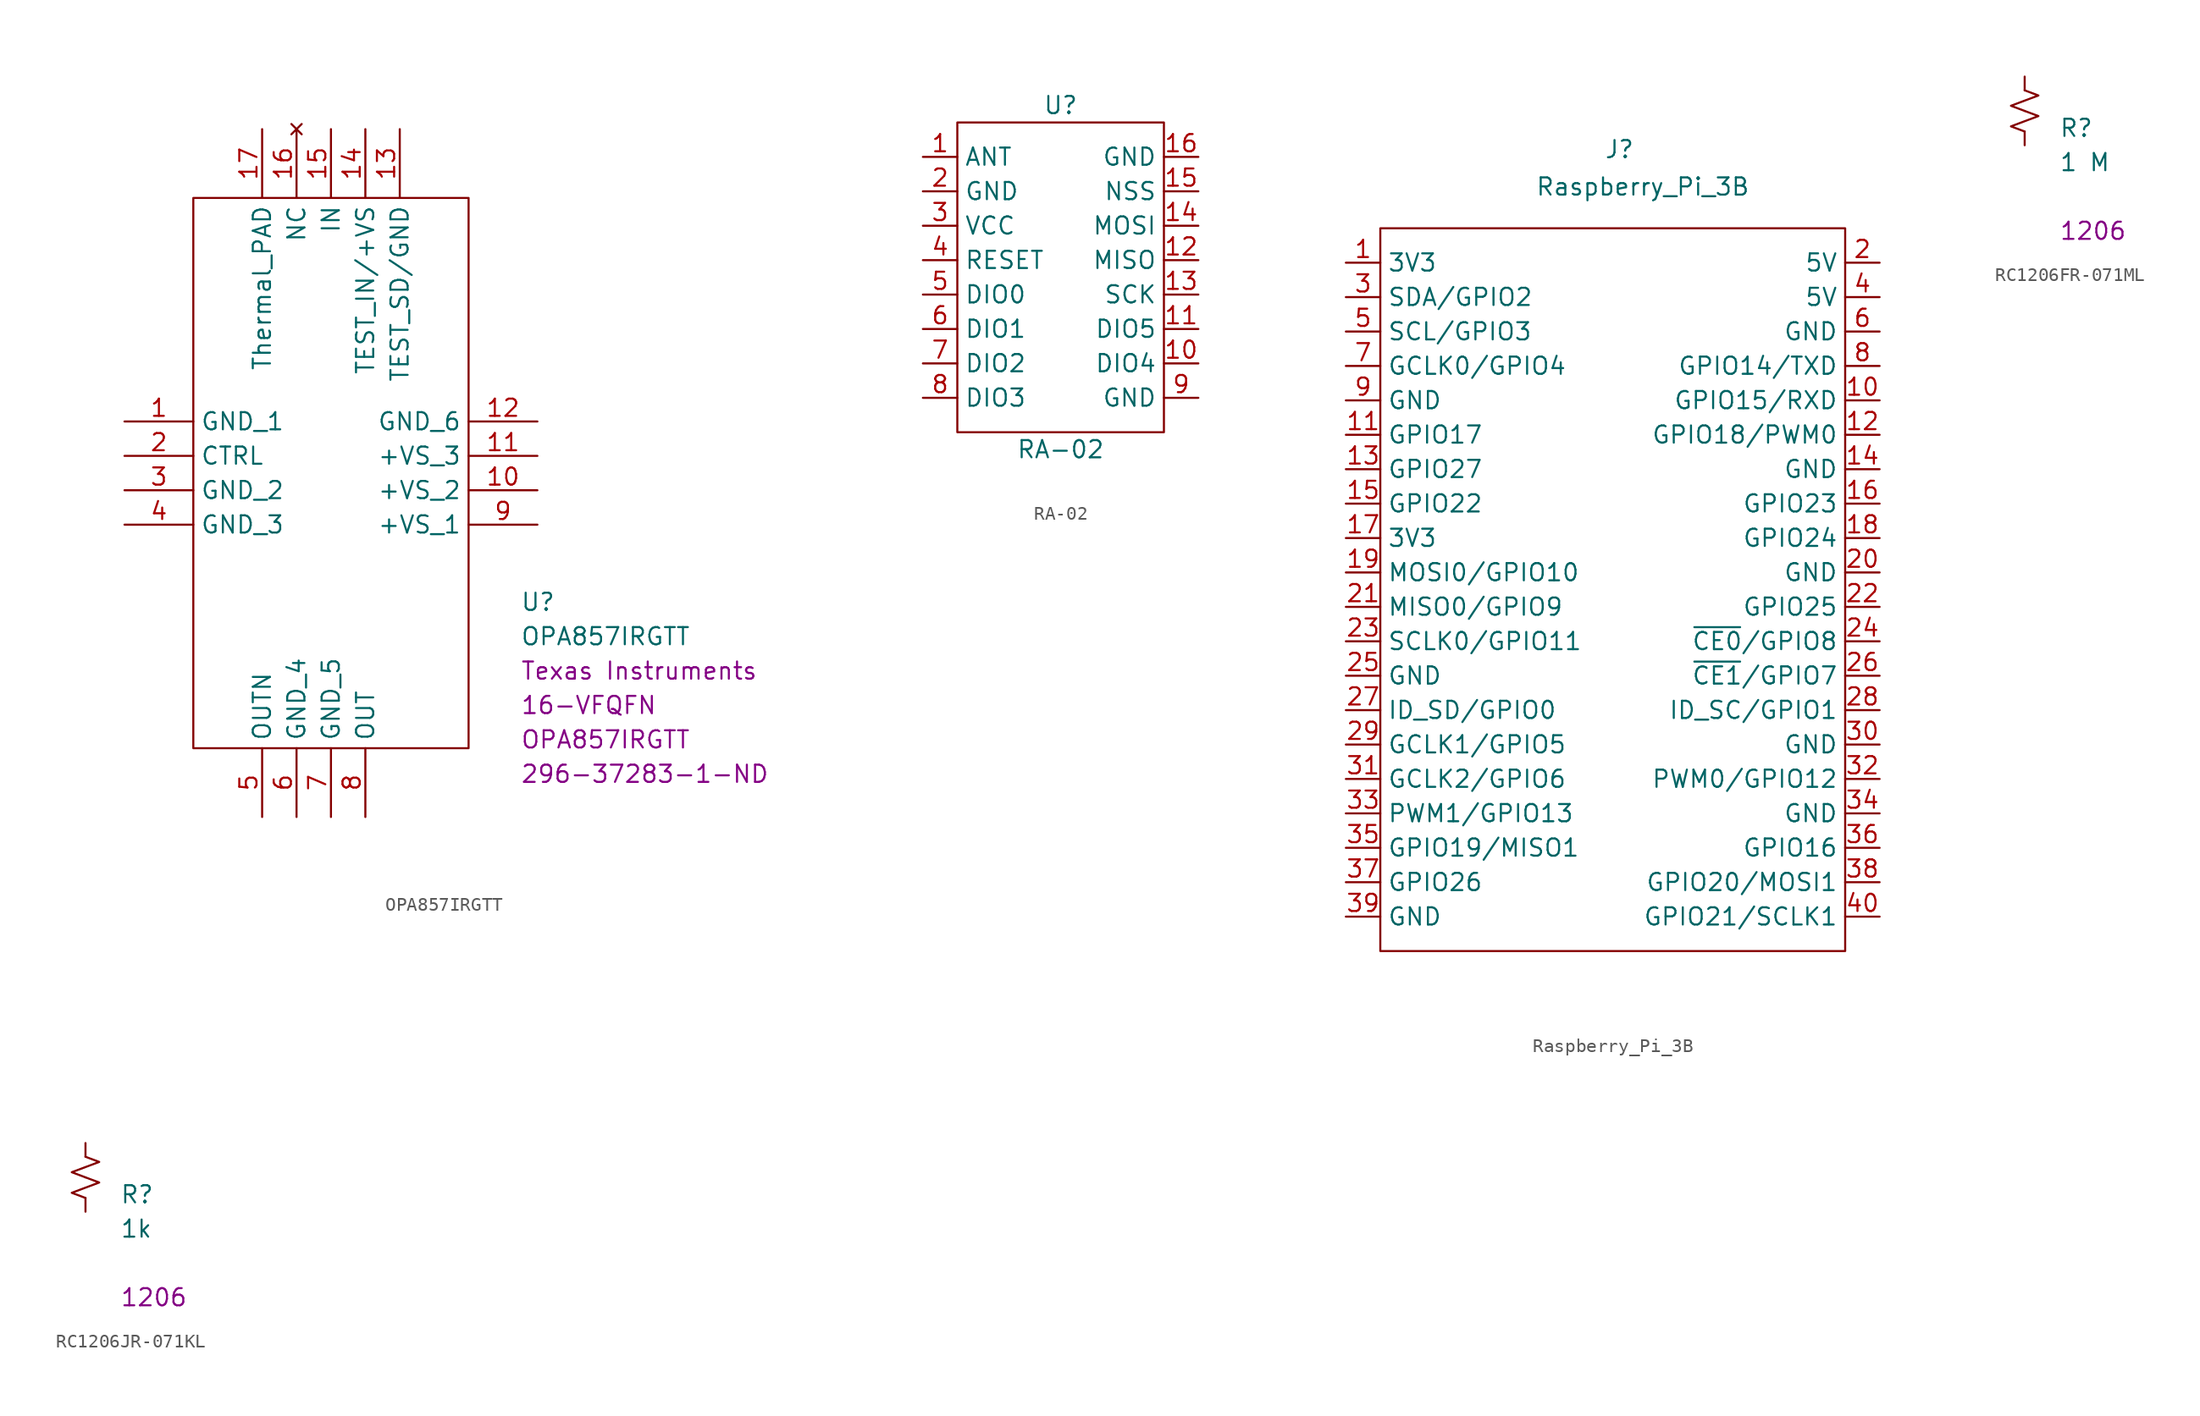
<source format=kicad_sym>
(kicad_symbol_lib
  (version 20220914)
  (generator kicad_symbol_editor)
  (symbol "OPA857IRGTT"
    (property "Reference" "U"
      (at 13.97 -9.525 0)
      (effects (font (size 1.27 1.27)) (justify left)))
    (property "Value" "OPA857IRGTT"
      (at 13.97 -12.065 0)
      (effects (font (size 1.27 1.27)) (justify left)))
    (property "Chip Set" "16-VFQFN"
      (at 13.97 -17.145 0)
      (effects (font (size 1.27 1.27)) (justify left)))
    (property "Manufacturer" "Texas Instruments"
      (at 13.97 -14.605 0)
      (effects (font (size 1.27 1.27)) (justify left)))
    (property "MPN" "OPA857IRGTT"
      (at 13.97 -19.685 0)
      (effects (font (size 1.27 1.27)) (justify left)))
    (property "Digi-Key_PN" "296-37283-1-ND"
      (at 13.97 -22.225 0)
      (effects (font (size 1.27 1.27)) (justify left)))
    (symbol "OPA857IRGTT_1_1"
      (polyline (pts (xy -10.16 20.32) (xy 10.16 20.32) (xy 10.16 -20.32) (xy -10.16 -20.32) (xy -10.16 20.32)) (stroke (width 0.152) (type default)) (fill (type none)))
      (pin power_in line (at -15.24 3.81 0) (length 5.08) (name "GND_1" (effects (font (size 1.27 1.27)))) (number "1" (effects (font (size 1.27 1.27)))))
      (pin unspecified line (at 15.24 -1.27 180) (length 5.08) (name "+VS_2" (effects (font (size 1.27 1.27)))) (number "10" (effects (font (size 1.27 1.27)))))
      (pin unspecified line (at 15.24 1.27 180) (length 5.08) (name "+VS_3" (effects (font (size 1.27 1.27)))) (number "11" (effects (font (size 1.27 1.27)))))
      (pin power_in line (at 15.24 3.81 180) (length 5.08) (name "GND_6" (effects (font (size 1.27 1.27)))) (number "12" (effects (font (size 1.27 1.27)))))
      (pin power_in line (at 5.08 25.4 270) (length 5.08) (name "TEST_SD/GND" (effects (font (size 1.27 1.27)))) (number "13" (effects (font (size 1.27 1.27)))))
      (pin input line (at 2.54 25.4 270) (length 5.08) (name "TEST_IN/+VS" (effects (font (size 1.27 1.27)))) (number "14" (effects (font (size 1.27 1.27)))))
      (pin input line (at 0 25.4 270) (length 5.08) (name "IN" (effects (font (size 1.27 1.27)))) (number "15" (effects (font (size 1.27 1.27)))))
      (pin no_connect line (at -2.54 25.4 270) (length 5.08) (name "NC" (effects (font (size 1.27 1.27)))) (number "16" (effects (font (size 1.27 1.27)))))
      (pin unspecified line (at -5.08 25.4 270) (length 5.08) (name "Thermal_PAD" (effects (font (size 1.27 1.27)))) (number "17" (effects (font (size 1.27 1.27)))))
      (pin unspecified line (at -15.24 1.27 0) (length 5.08) (name "CTRL" (effects (font (size 1.27 1.27)))) (number "2" (effects (font (size 1.27 1.27)))))
      (pin power_in line (at -15.24 -1.27 0) (length 5.08) (name "GND_2" (effects (font (size 1.27 1.27)))) (number "3" (effects (font (size 1.27 1.27)))))
      (pin power_in line (at -15.24 -3.81 0) (length 5.08) (name "GND_3" (effects (font (size 1.27 1.27)))) (number "4" (effects (font (size 1.27 1.27)))))
      (pin output line (at -5.08 -25.4 90) (length 5.08) (name "OUTN" (effects (font (size 1.27 1.27)))) (number "5" (effects (font (size 1.27 1.27)))))
      (pin power_in line (at -2.54 -25.4 90) (length 5.08) (name "GND_4" (effects (font (size 1.27 1.27)))) (number "6" (effects (font (size 1.27 1.27)))))
      (pin power_in line (at 0 -25.4 90) (length 5.08) (name "GND_5" (effects (font (size 1.27 1.27)))) (number "7" (effects (font (size 1.27 1.27)))))
      (pin output line (at 2.54 -25.4 90) (length 5.08) (name "OUT" (effects (font (size 1.27 1.27)))) (number "8" (effects (font (size 1.27 1.27)))))
      (pin unspecified line (at 15.24 -3.81 180) (length 5.08) (name "+VS_1" (effects (font (size 1.27 1.27)))) (number "9" (effects (font (size 1.27 1.27)))))))
  (symbol "RA-02"
    (property "Reference" "U"
      (at 0 12.7 0)
      (effects (font (size 1.27 1.27))))
    (property "Value" "RA-02"
      (at 0 -12.7 0)
      (effects (font (size 1.27 1.27))))
    (symbol "RA-02_0_1"
      (rectangle (start -7.62 11.43) (end 7.62 -11.43) (stroke (width 0) (type default)) (fill (type none))))
    (symbol "RA-02_1_1"
      (pin passive line (at -10.16 8.89 0) (length 2.54) (name "ANT" (effects (font (size 1.27 1.27)))) (number "1" (effects (font (size 1.27 1.27)))))
      (pin bidirectional line (at 10.16 -6.35 180) (length 2.54) (name "DIO4" (effects (font (size 1.27 1.27)))) (number "10" (effects (font (size 1.27 1.27)))))
      (pin bidirectional line (at 10.16 -3.81 180) (length 2.54) (name "DIO5" (effects (font (size 1.27 1.27)))) (number "11" (effects (font (size 1.27 1.27)))))
      (pin bidirectional line (at 10.16 1.27 180) (length 2.54) (name "MISO" (effects (font (size 1.27 1.27)))) (number "12" (effects (font (size 1.27 1.27)))))
      (pin bidirectional line (at 10.16 -1.27 180) (length 2.54) (name "SCK" (effects (font (size 1.27 1.27)))) (number "13" (effects (font (size 1.27 1.27)))))
      (pin bidirectional line (at 10.16 3.81 180) (length 2.54) (name "MOSI" (effects (font (size 1.27 1.27)))) (number "14" (effects (font (size 1.27 1.27)))))
      (pin passive line (at 10.16 6.35 180) (length 2.54) (name "NSS" (effects (font (size 1.27 1.27)))) (number "15" (effects (font (size 1.27 1.27)))))
      (pin passive line (at 10.16 8.89 180) (length 2.54) (name "GND" (effects (font (size 1.27 1.27)))) (number "16" (effects (font (size 1.27 1.27)))))
      (pin passive line (at -10.16 6.35 0) (length 2.54) (name "GND" (effects (font (size 1.27 1.27)))) (number "2" (effects (font (size 1.27 1.27)))))
      (pin power_in line (at -10.16 3.81 0) (length 2.54) (name "VCC" (effects (font (size 1.27 1.27)))) (number "3" (effects (font (size 1.27 1.27)))))
      (pin input line (at -10.16 1.27 0) (length 2.54) (name "RESET" (effects (font (size 1.27 1.27)))) (number "4" (effects (font (size 1.27 1.27)))))
      (pin input line (at -10.16 -1.27 0) (length 2.54) (name "DIO0" (effects (font (size 1.27 1.27)))) (number "5" (effects (font (size 1.27 1.27)))))
      (pin input line (at -10.16 -3.81 0) (length 2.54) (name "DIO1" (effects (font (size 1.27 1.27)))) (number "6" (effects (font (size 1.27 1.27)))))
      (pin input line (at -10.16 -6.35 0) (length 2.54) (name "DIO2" (effects (font (size 1.27 1.27)))) (number "7" (effects (font (size 1.27 1.27)))))
      (pin input line (at -10.16 -8.89 0) (length 2.54) (name "DIO3" (effects (font (size 1.27 1.27)))) (number "8" (effects (font (size 1.27 1.27)))))
      (pin passive line (at 10.16 -8.89 180) (length 2.54) (name "GND" (effects (font (size 1.27 1.27)))) (number "9" (effects (font (size 1.27 1.27)))))))
  (symbol "Raspberry_Pi_3B"
    (property "Reference" "J"
      (at -1.27 7.62 0)
      (effects (font (size 1.27 1.27)) (justify left bottom)))
    (property "Value" "Raspberry_Pi_3B"
      (at -6.35 6.35 0)
      (effects (font (size 1.27 1.27)) (justify left top)))
    (symbol "Raspberry_Pi_3B_0_1"
      (rectangle (start -17.78 2.54) (end 16.51 -50.8) (stroke (width 0) (type default)) (fill (type none))))
    (symbol "Raspberry_Pi_3B_1_1"
      (pin power_in line (at -20.32 0 0) (length 2.54) (name "3V3" (effects (font (size 1.27 1.27)))) (number "1" (effects (font (size 1.27 1.27)))))
      (pin bidirectional line (at 19.05 -10.16 180) (length 2.54) (name "GPIO15/RXD" (effects (font (size 1.27 1.27)))) (number "10" (effects (font (size 1.27 1.27)))))
      (pin bidirectional line (at -20.32 -12.7 0) (length 2.54) (name "GPIO17" (effects (font (size 1.27 1.27)))) (number "11" (effects (font (size 1.27 1.27)))))
      (pin bidirectional line (at 19.05 -12.7 180) (length 2.54) (name "GPIO18/PWM0" (effects (font (size 1.27 1.27)))) (number "12" (effects (font (size 1.27 1.27)))))
      (pin bidirectional line (at -20.32 -15.24 0) (length 2.54) (name "GPIO27" (effects (font (size 1.27 1.27)))) (number "13" (effects (font (size 1.27 1.27)))))
      (pin power_in line (at 19.05 -15.24 180) (length 2.54) (name "GND" (effects (font (size 1.27 1.27)))) (number "14" (effects (font (size 1.27 1.27)))))
      (pin bidirectional line (at -20.32 -17.78 0) (length 2.54) (name "GPIO22" (effects (font (size 1.27 1.27)))) (number "15" (effects (font (size 1.27 1.27)))))
      (pin bidirectional line (at 19.05 -17.78 180) (length 2.54) (name "GPIO23" (effects (font (size 1.27 1.27)))) (number "16" (effects (font (size 1.27 1.27)))))
      (pin power_in line (at -20.32 -20.32 0) (length 2.54) (name "3V3" (effects (font (size 1.27 1.27)))) (number "17" (effects (font (size 1.27 1.27)))))
      (pin bidirectional line (at 19.05 -20.32 180) (length 2.54) (name "GPIO24" (effects (font (size 1.27 1.27)))) (number "18" (effects (font (size 1.27 1.27)))))
      (pin bidirectional line (at -20.32 -22.86 0) (length 2.54) (name "MOSI0/GPIO10" (effects (font (size 1.27 1.27)))) (number "19" (effects (font (size 1.27 1.27)))))
      (pin power_in line (at 19.05 0 180) (length 2.54) (name "5V" (effects (font (size 1.27 1.27)))) (number "2" (effects (font (size 1.27 1.27)))))
      (pin power_in line (at 19.05 -22.86 180) (length 2.54) (name "GND" (effects (font (size 1.27 1.27)))) (number "20" (effects (font (size 1.27 1.27)))))
      (pin bidirectional line (at -20.32 -25.4 0) (length 2.54) (name "MISO0/GPIO9" (effects (font (size 1.27 1.27)))) (number "21" (effects (font (size 1.27 1.27)))))
      (pin bidirectional line (at 19.05 -25.4 180) (length 2.54) (name "GPIO25" (effects (font (size 1.27 1.27)))) (number "22" (effects (font (size 1.27 1.27)))))
      (pin bidirectional line (at -20.32 -27.94 0) (length 2.54) (name "SCLK0/GPIO11" (effects (font (size 1.27 1.27)))) (number "23" (effects (font (size 1.27 1.27)))))
      (pin bidirectional line (at 19.05 -27.94 180) (length 2.54) (name "~{CE0}/GPIO8" (effects (font (size 1.27 1.27)))) (number "24" (effects (font (size 1.27 1.27)))))
      (pin power_in line (at -20.32 -30.48 0) (length 2.54) (name "GND" (effects (font (size 1.27 1.27)))) (number "25" (effects (font (size 1.27 1.27)))))
      (pin bidirectional line (at 19.05 -30.48 180) (length 2.54) (name "~{CE1}/GPIO7" (effects (font (size 1.27 1.27)))) (number "26" (effects (font (size 1.27 1.27)))))
      (pin bidirectional line (at -20.32 -33.02 0) (length 2.54) (name "ID_SD/GPIO0" (effects (font (size 1.27 1.27)))) (number "27" (effects (font (size 1.27 1.27)))))
      (pin bidirectional line (at 19.05 -33.02 180) (length 2.54) (name "ID_SC/GPIO1" (effects (font (size 1.27 1.27)))) (number "28" (effects (font (size 1.27 1.27)))))
      (pin bidirectional line (at -20.32 -35.56 0) (length 2.54) (name "GCLK1/GPIO5" (effects (font (size 1.27 1.27)))) (number "29" (effects (font (size 1.27 1.27)))))
      (pin bidirectional line (at -20.32 -2.54 0) (length 2.54) (name "SDA/GPIO2" (effects (font (size 1.27 1.27)))) (number "3" (effects (font (size 1.27 1.27)))))
      (pin power_in line (at 19.05 -35.56 180) (length 2.54) (name "GND" (effects (font (size 1.27 1.27)))) (number "30" (effects (font (size 1.27 1.27)))))
      (pin bidirectional line (at -20.32 -38.1 0) (length 2.54) (name "GCLK2/GPIO6" (effects (font (size 1.27 1.27)))) (number "31" (effects (font (size 1.27 1.27)))))
      (pin bidirectional line (at 19.05 -38.1 180) (length 2.54) (name "PWM0/GPIO12" (effects (font (size 1.27 1.27)))) (number "32" (effects (font (size 1.27 1.27)))))
      (pin bidirectional line (at -20.32 -40.64 0) (length 2.54) (name "PWM1/GPIO13" (effects (font (size 1.27 1.27)))) (number "33" (effects (font (size 1.27 1.27)))))
      (pin power_in line (at 19.05 -40.64 180) (length 2.54) (name "GND" (effects (font (size 1.27 1.27)))) (number "34" (effects (font (size 1.27 1.27)))))
      (pin bidirectional line (at -20.32 -43.18 0) (length 2.54) (name "GPIO19/MISO1" (effects (font (size 1.27 1.27)))) (number "35" (effects (font (size 1.27 1.27)))))
      (pin bidirectional line (at 19.05 -43.18 180) (length 2.54) (name "GPIO16" (effects (font (size 1.27 1.27)))) (number "36" (effects (font (size 1.27 1.27)))))
      (pin bidirectional line (at -20.32 -45.72 0) (length 2.54) (name "GPIO26" (effects (font (size 1.27 1.27)))) (number "37" (effects (font (size 1.27 1.27)))))
      (pin bidirectional line (at 19.05 -45.72 180) (length 2.54) (name "GPIO20/MOSI1" (effects (font (size 1.27 1.27)))) (number "38" (effects (font (size 1.27 1.27)))))
      (pin power_in line (at -20.32 -48.26 0) (length 2.54) (name "GND" (effects (font (size 1.27 1.27)))) (number "39" (effects (font (size 1.27 1.27)))))
      (pin power_in line (at 19.05 -2.54 180) (length 2.54) (name "5V" (effects (font (size 1.27 1.27)))) (number "4" (effects (font (size 1.27 1.27)))))
      (pin bidirectional line (at 19.05 -48.26 180) (length 2.54) (name "GPIO21/SCLK1" (effects (font (size 1.27 1.27)))) (number "40" (effects (font (size 1.27 1.27)))))
      (pin bidirectional line (at -20.32 -5.08 0) (length 2.54) (name "SCL/GPIO3" (effects (font (size 1.27 1.27)))) (number "5" (effects (font (size 1.27 1.27)))))
      (pin power_in line (at 19.05 -5.08 180) (length 2.54) (name "GND" (effects (font (size 1.27 1.27)))) (number "6" (effects (font (size 1.27 1.27)))))
      (pin bidirectional line (at -20.32 -7.62 0) (length 2.54) (name "GCLK0/GPIO4" (effects (font (size 1.27 1.27)))) (number "7" (effects (font (size 1.27 1.27)))))
      (pin bidirectional line (at 19.05 -7.62 180) (length 2.54) (name "GPIO14/TXD" (effects (font (size 1.27 1.27)))) (number "8" (effects (font (size 1.27 1.27)))))
      (pin power_in line (at -20.32 -10.16 0) (length 2.54) (name "GND" (effects (font (size 1.27 1.27)))) (number "9" (effects (font (size 1.27 1.27)))))))
  (symbol "RC1206FR-071ML"
    (pin_numbers hide)
    (pin_names
      (offset 0.254) hide)
    (property "Reference" "R"
      (at 2.54 -1.27 0)
      (effects (font (size 1.27 1.27)) (justify left)))
    (property "Value" "RC1206FR-071ML"
      (at 2.032 1.524 0)
      (effects (font (size 1.27 1.27)) (justify left)))
    (property "value" "1 M"
      (at 2.54 -3.81 0)
      (effects (font (size 1.27 1.27)) (justify left)))
    (property "Chip Set" "1206"
      (at 2.54 -8.89 0)
      (effects (font (size 1.27 1.27)) (justify left)))
    (symbol "RC1206FR-071ML_1_1"
      (polyline (pts (xy 0 0) (xy 1.016 -0.381) (xy 0 -0.762) (xy -1.016 -1.143) (xy 0 -1.524)) (stroke (width 0) (type default)) (fill (type none)))
      (polyline (pts (xy 0 1.524) (xy 1.016 1.143) (xy 0 0.762) (xy -1.016 0.381) (xy 0 0)) (stroke (width 0) (type default)) (fill (type none)))
      (pin passive line (at 0 2.54 270) (length 1.016) (name "~" (effects (font (size 1.27 1.27)))) (number "1" (effects (font (size 1.27 1.27)))))
      (pin passive line (at 0 -2.54 90) (length 1.016) (name "~" (effects (font (size 1.27 1.27)))) (number "2" (effects (font (size 1.27 1.27)))))))
  (symbol "RC1206JR-071KL"
    (pin_numbers hide)
    (pin_names
      (offset 0.254) hide)
    (property "Reference" "R"
      (at 2.54 -1.27 0)
      (effects (font (size 1.27 1.27)) (justify left)))
    (property "Value" "RC1206JR-071KL"
      (at 2.032 1.524 0)
      (effects (font (size 1.27 1.27)) (justify left)))
    (property "value" "1k"
      (at 2.54 -3.81 0)
      (effects (font (size 1.27 1.27)) (justify left)))
    (property "Chip Set" "1206"
      (at 2.54 -8.89 0)
      (effects (font (size 1.27 1.27)) (justify left)))
    (symbol "RC1206JR-071KL_1_1"
      (polyline (pts (xy 0 0) (xy 1.016 -0.381) (xy 0 -0.762) (xy -1.016 -1.143) (xy 0 -1.524)) (stroke (width 0) (type default)) (fill (type none)))
      (polyline (pts (xy 0 1.524) (xy 1.016 1.143) (xy 0 0.762) (xy -1.016 0.381) (xy 0 0)) (stroke (width 0) (type default)) (fill (type none)))
      (pin passive line (at 0 2.54 270) (length 1.016) (name "~" (effects (font (size 1.27 1.27)))) (number "1" (effects (font (size 1.27 1.27)))))
      (pin passive line (at 0 -2.54 90) (length 1.016) (name "~" (effects (font (size 1.27 1.27)))) (number "2" (effects (font (size 1.27 1.27))))))))
</source>
